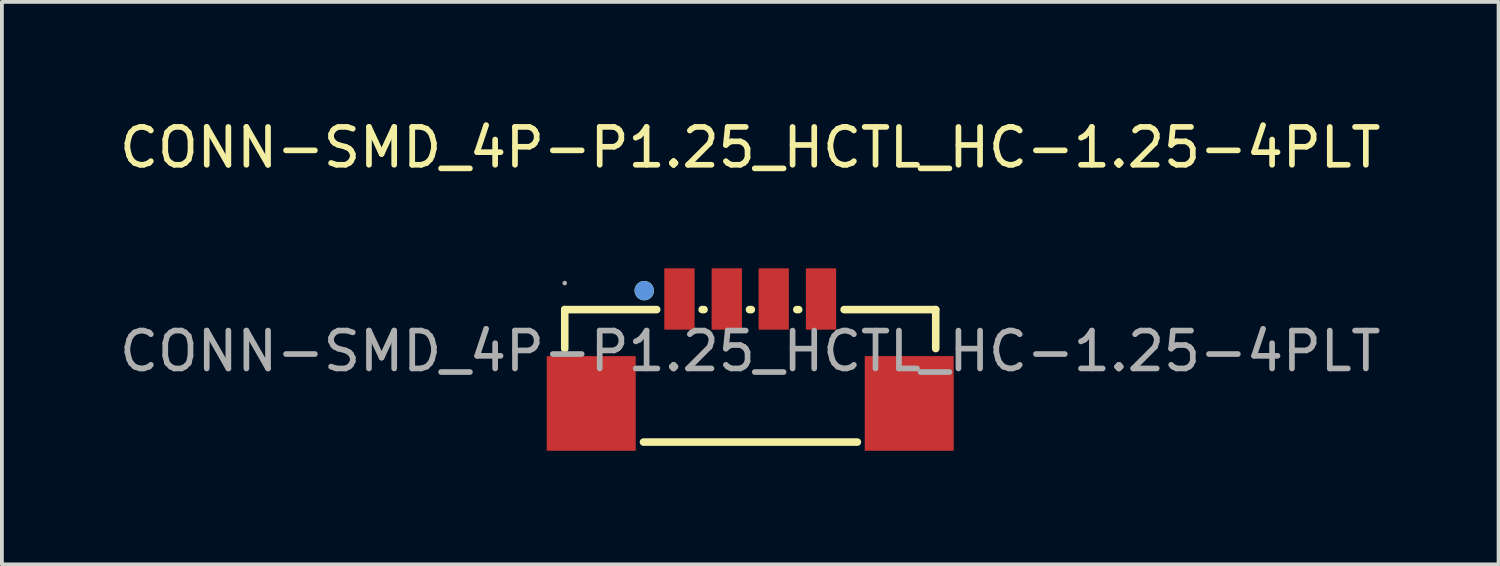
<source format=kicad_pcb>
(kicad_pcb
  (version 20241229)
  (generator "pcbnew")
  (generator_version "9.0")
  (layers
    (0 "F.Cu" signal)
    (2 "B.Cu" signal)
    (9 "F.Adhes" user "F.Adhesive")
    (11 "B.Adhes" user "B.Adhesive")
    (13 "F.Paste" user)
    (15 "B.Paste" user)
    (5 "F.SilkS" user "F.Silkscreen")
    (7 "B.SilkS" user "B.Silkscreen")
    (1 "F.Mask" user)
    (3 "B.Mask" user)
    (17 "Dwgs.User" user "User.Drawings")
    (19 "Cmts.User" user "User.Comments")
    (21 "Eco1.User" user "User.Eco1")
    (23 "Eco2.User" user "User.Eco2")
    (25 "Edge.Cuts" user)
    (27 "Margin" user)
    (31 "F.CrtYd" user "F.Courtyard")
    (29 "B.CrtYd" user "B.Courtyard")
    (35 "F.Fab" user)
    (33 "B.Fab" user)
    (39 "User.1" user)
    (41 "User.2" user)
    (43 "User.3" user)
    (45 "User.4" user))
  (footprint "CONN-SMD_4P-P1.25_HCTL_HC-1.25-4PLT"
    (layer "F.Cu")
    (at 16.768 6.228)
    (property "Reference" "CONN-SMD_4P-P1.25_HCTL_HC-1.25-4PLT" (at 0 -5.38 0) (layer "F.SilkS") (effects (font (size 1 1) (thickness 0.15))))
    (attr smd)
    (fp_line (start -4.9 -1.1) (end -4.9 -0.07) (stroke (width 0.2) (type solid)) (layer "F.SilkS"))
    (fp_line (start -2.82 2.4) (end 2.83 2.4) (stroke (width 0.2) (type solid)) (layer "F.SilkS"))
    (fp_line (start -2.47 -1.1) (end -4.9 -1.1) (stroke (width 0.2) (type solid)) (layer "F.SilkS"))
    (fp_line (start -1.22 -1.1) (end -1.27 -1.1) (stroke (width 0.2) (type solid)) (layer "F.SilkS"))
    (fp_line (start 0.03 -1.1) (end -0.02 -1.1) (stroke (width 0.2) (type solid)) (layer "F.SilkS"))
    (fp_line (start 1.28 -1.1) (end 1.23 -1.1) (stroke (width 0.2) (type solid)) (layer "F.SilkS"))
    (fp_line (start 4.9 -1.1) (end 2.48 -1.1) (stroke (width 0.2) (type solid)) (layer "F.SilkS"))
    (fp_line (start 4.9 -1.1) (end 4.9 -0.07) (stroke (width 0.2) (type solid)) (layer "F.SilkS"))
    (fp_circle (center -2.8 -1.6) (end -2.67 -1.6) (stroke (width 0.25) (type solid)) (fill no) (layer "F.SilkS"))
    (fp_circle (center -2.8 -1.6) (end -2.67 -1.6) (stroke (width 0.25) (type solid)) (fill no) (layer "Cmts.User"))
    (fp_circle (center -4.9 -1.8) (end -4.87 -1.8) (stroke (width 0.06) (type solid)) (fill no) (layer "F.Fab"))
    (fp_text user "${REFERENCE}" (at 0 0 0) (layer "F.Fab") (effects (font (size 1 1) (thickness 0.15))))
    (pad "1" smd rect (at -1.87 -1.38) (size 0.8 1.62) (layers "F.Cu" "F.Mask" "F.Paste"))
    (pad "2" smd rect (at -0.62 -1.38) (size 0.8 1.62) (layers "F.Cu" "F.Mask" "F.Paste"))
    (pad "3" smd rect (at 0.62 -1.38) (size 0.8 1.62) (layers "F.Cu" "F.Mask" "F.Paste"))
    (pad "4" smd rect (at 1.87 -1.38) (size 0.8 1.62) (layers "F.Cu" "F.Mask" "F.Paste"))
    (pad "5" smd rect (at -4.2 1.38) (size 2.35 2.5) (layers "F.Cu" "F.Mask" "F.Paste"))
    (pad "6" smd rect (at 4.2 1.38) (size 2.35 2.5) (layers "F.Cu" "F.Mask" "F.Paste")))
  (gr_rect
    (start -3 -3)
    (end 36.536 11.858)
    (stroke (width 0.1) (type default))
    (fill no)
    (layer "Edge.Cuts")))
</source>
